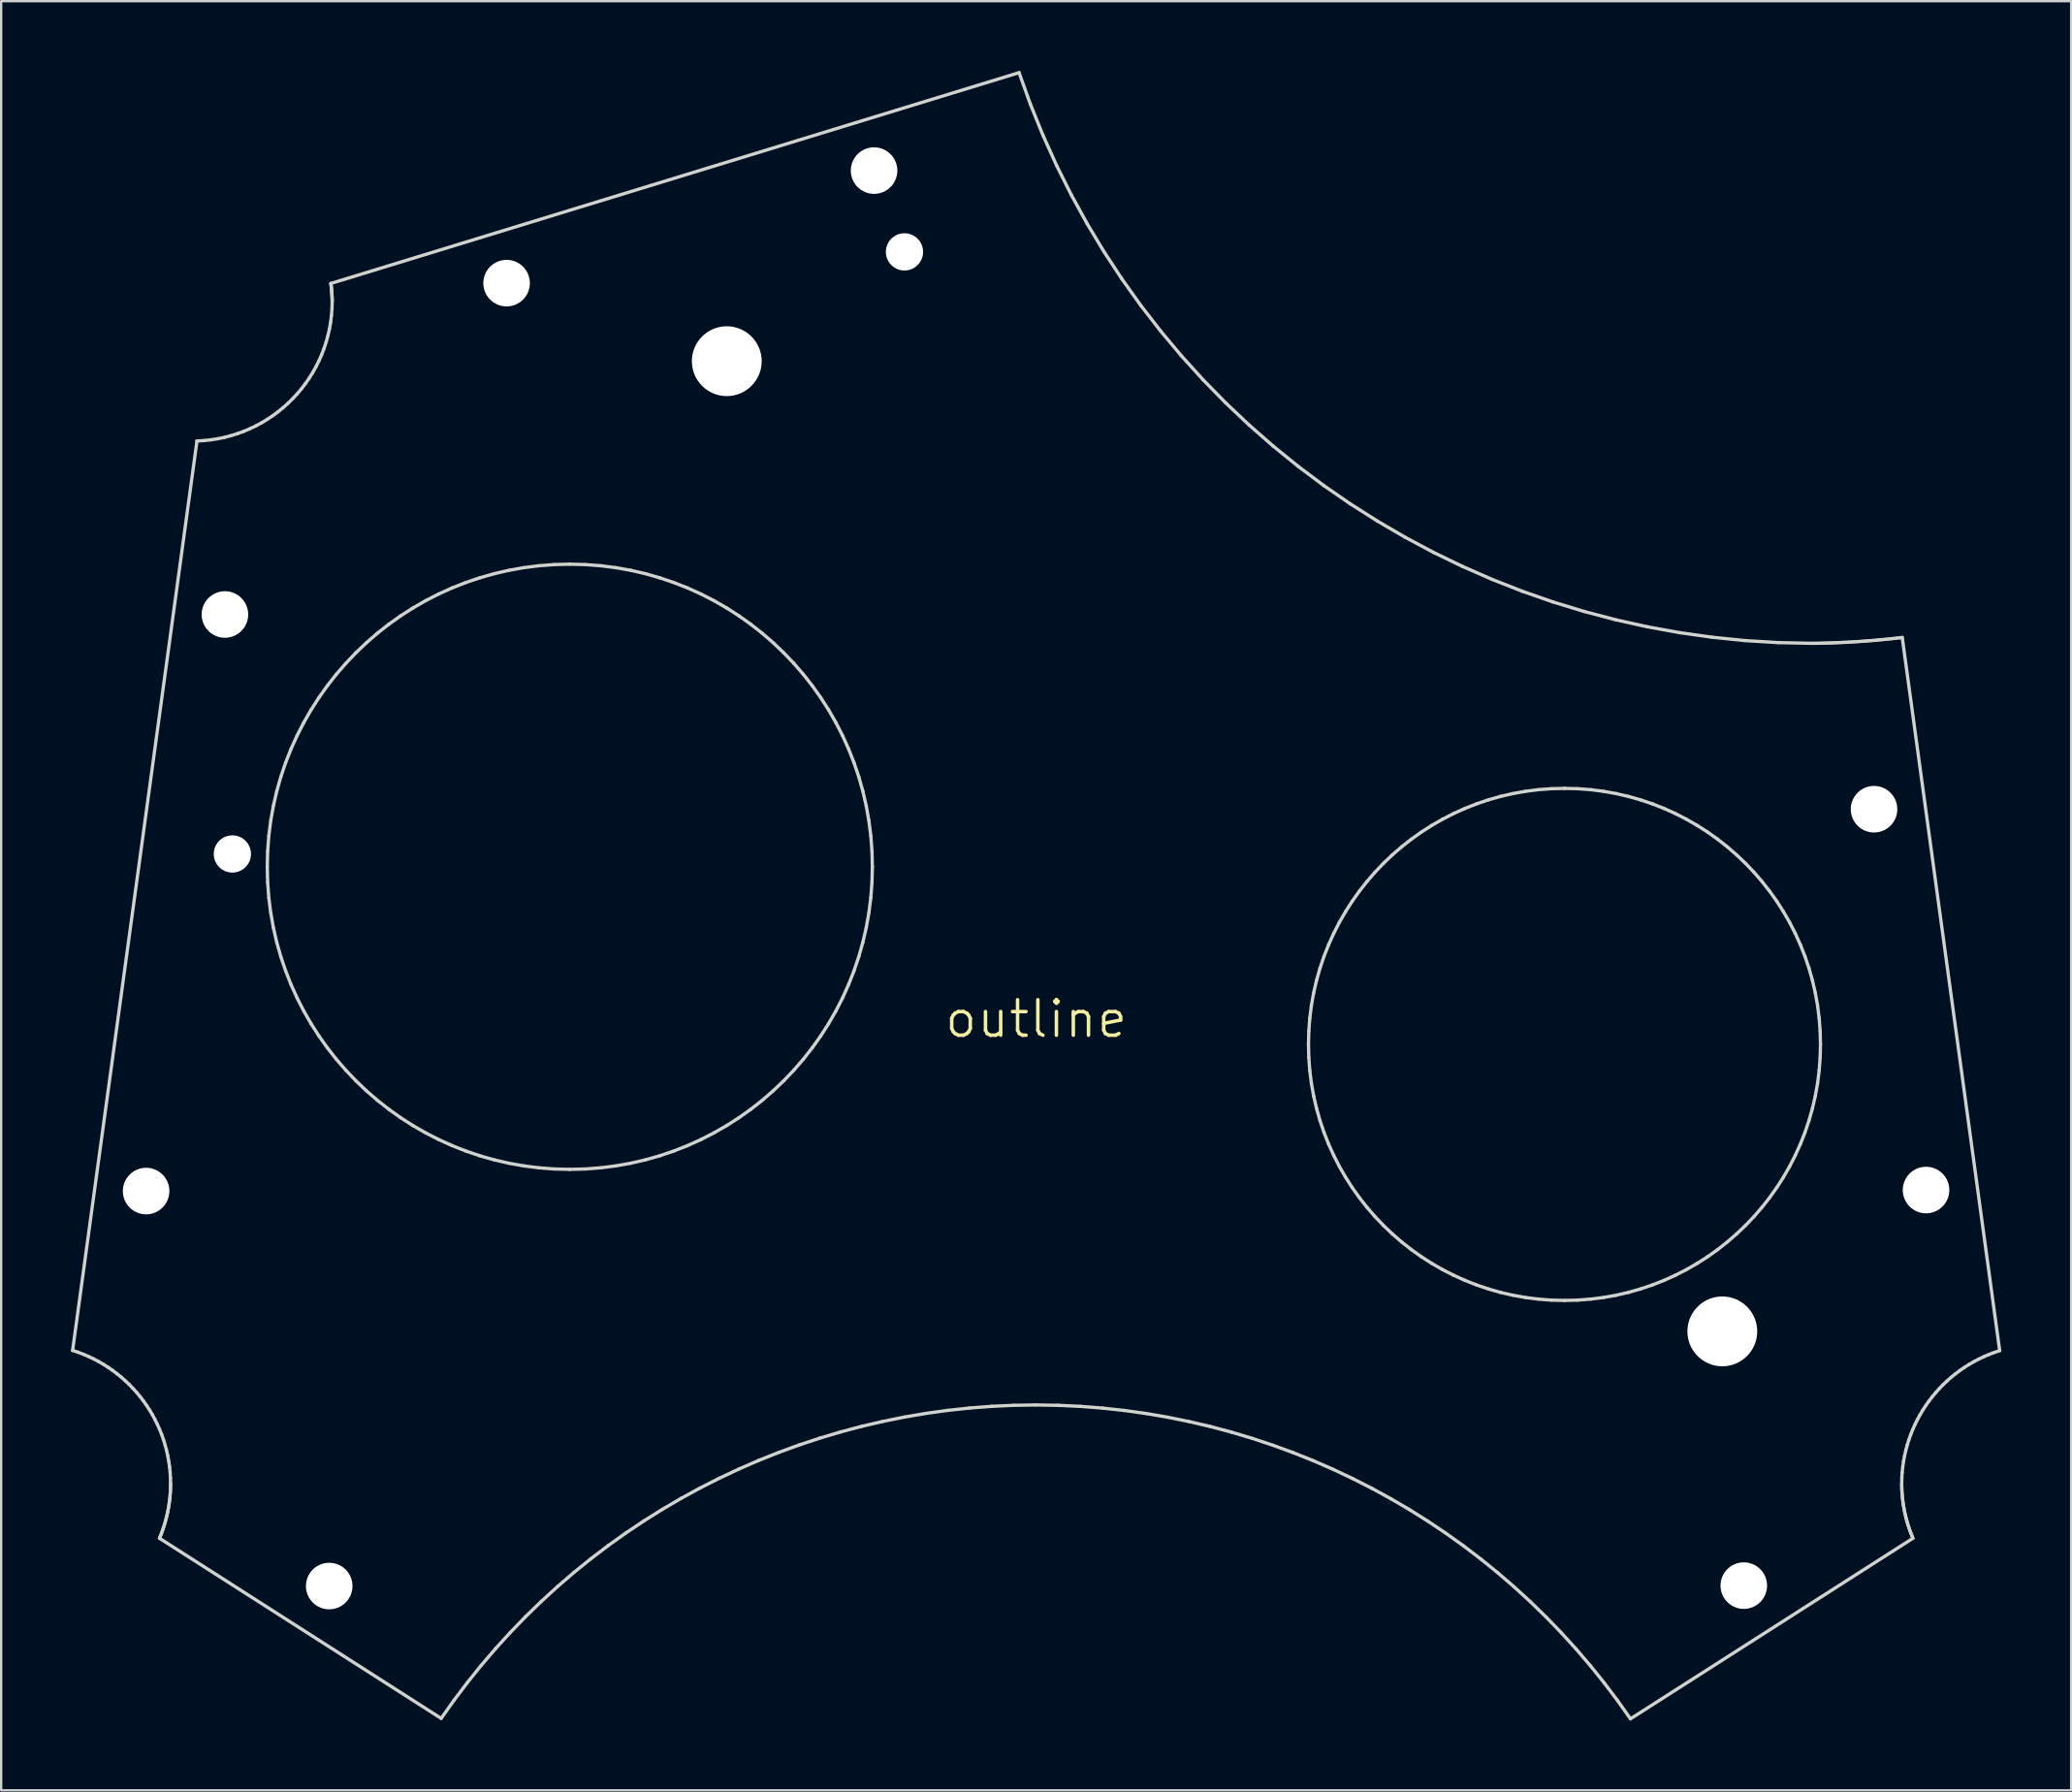
<source format=kicad_pcb>
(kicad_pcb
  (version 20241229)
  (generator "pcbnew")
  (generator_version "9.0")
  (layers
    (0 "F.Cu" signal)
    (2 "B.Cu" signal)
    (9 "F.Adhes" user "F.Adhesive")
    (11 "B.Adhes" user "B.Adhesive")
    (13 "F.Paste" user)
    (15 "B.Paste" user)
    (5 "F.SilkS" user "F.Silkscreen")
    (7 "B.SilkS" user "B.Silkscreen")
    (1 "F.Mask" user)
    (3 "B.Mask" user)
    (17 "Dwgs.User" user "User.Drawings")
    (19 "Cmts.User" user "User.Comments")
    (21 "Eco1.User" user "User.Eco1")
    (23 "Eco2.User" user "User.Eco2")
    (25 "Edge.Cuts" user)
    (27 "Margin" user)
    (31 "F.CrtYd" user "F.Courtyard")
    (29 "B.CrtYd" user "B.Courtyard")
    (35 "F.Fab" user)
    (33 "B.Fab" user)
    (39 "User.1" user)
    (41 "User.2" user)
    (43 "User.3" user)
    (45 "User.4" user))
  (footprint "outline"
    (layer "F.Cu")
    (at 41.47 40.727)
    (property "Reference" "outline" (at 0 0 0) (layer "F.SilkS") (effects (font (size 1.524 1.524) (thickness 0.15))))
    (attr through_hole)
    (fp_line (start -41.4 14.239) (end -41.167 14.317) (stroke (width 0.141) (type solid)) (layer "Edge.Cuts"))
    (fp_line (start -41.167 14.317) (end -40.94 14.404) (stroke (width 0.141) (type solid)) (layer "Edge.Cuts"))
    (fp_line (start -40.94 14.404) (end -40.717 14.499) (stroke (width 0.141) (type solid)) (layer "Edge.Cuts"))
    (fp_line (start -40.717 14.499) (end -40.5 14.603) (stroke (width 0.141) (type solid)) (layer "Edge.Cuts"))
    (fp_line (start -40.5 14.603) (end -40.288 14.714) (stroke (width 0.141) (type solid)) (layer "Edge.Cuts"))
    (fp_line (start -40.288 14.714) (end -40.081 14.834) (stroke (width 0.141) (type solid)) (layer "Edge.Cuts"))
    (fp_line (start -40.081 14.834) (end -39.881 14.961) (stroke (width 0.141) (type solid)) (layer "Edge.Cuts"))
    (fp_line (start -39.881 14.961) (end -39.686 15.095) (stroke (width 0.141) (type solid)) (layer "Edge.Cuts"))
    (fp_line (start -39.686 15.095) (end -39.497 15.237) (stroke (width 0.141) (type solid)) (layer "Edge.Cuts"))
    (fp_line (start -39.497 15.237) (end -39.314 15.386) (stroke (width 0.141) (type solid)) (layer "Edge.Cuts"))
    (fp_line (start -39.314 15.386) (end -39.138 15.541) (stroke (width 0.141) (type solid)) (layer "Edge.Cuts"))
    (fp_line (start -39.138 15.541) (end -38.968 15.703) (stroke (width 0.141) (type solid)) (layer "Edge.Cuts"))
    (fp_line (start -38.968 15.703) (end -38.804 15.872) (stroke (width 0.141) (type solid)) (layer "Edge.Cuts"))
    (fp_line (start -38.804 15.872) (end -38.648 16.046) (stroke (width 0.141) (type solid)) (layer "Edge.Cuts"))
    (fp_line (start -38.648 16.046) (end -38.499 16.226) (stroke (width 0.141) (type solid)) (layer "Edge.Cuts"))
    (fp_line (start -38.499 16.226) (end -38.356 16.412) (stroke (width 0.141) (type solid)) (layer "Edge.Cuts"))
    (fp_line (start -38.356 16.412) (end -38.221 16.603) (stroke (width 0.141) (type solid)) (layer "Edge.Cuts"))
    (fp_line (start -38.221 16.603) (end -38.094 16.799) (stroke (width 0.141) (type solid)) (layer "Edge.Cuts"))
    (fp_line (start -38.094 16.799) (end -37.974 17.001) (stroke (width 0.141) (type solid)) (layer "Edge.Cuts"))
    (fp_line (start -37.974 17.001) (end -37.862 17.207) (stroke (width 0.141) (type solid)) (layer "Edge.Cuts"))
    (fp_line (start -37.862 17.207) (end -37.758 17.417) (stroke (width 0.141) (type solid)) (layer "Edge.Cuts"))
    (fp_line (start -37.758 17.417) (end -37.663 17.632) (stroke (width 0.141) (type solid)) (layer "Edge.Cuts"))
    (fp_line (start -37.668 22.309) (end -25.565 30.048) (stroke (width 0.141) (type solid)) (layer "Edge.Cuts"))
    (fp_line (start -37.663 17.632) (end -37.575 17.851) (stroke (width 0.141) (type solid)) (layer "Edge.Cuts"))
    (fp_line (start -37.639 22.239) (end -37.668 22.309) (stroke (width 0.141) (type solid)) (layer "Edge.Cuts"))
    (fp_line (start -37.611 22.169) (end -37.639 22.239) (stroke (width 0.141) (type solid)) (layer "Edge.Cuts"))
    (fp_line (start -37.583 22.099) (end -37.611 22.169) (stroke (width 0.141) (type solid)) (layer "Edge.Cuts"))
    (fp_line (start -37.575 17.851) (end -37.496 18.073) (stroke (width 0.141) (type solid)) (layer "Edge.Cuts"))
    (fp_line (start -37.557 22.028) (end -37.583 22.099) (stroke (width 0.141) (type solid)) (layer "Edge.Cuts"))
    (fp_line (start -37.532 21.957) (end -37.557 22.028) (stroke (width 0.141) (type solid)) (layer "Edge.Cuts"))
    (fp_line (start -37.507 21.886) (end -37.532 21.957) (stroke (width 0.141) (type solid)) (layer "Edge.Cuts"))
    (fp_line (start -37.496 18.073) (end -37.426 18.3) (stroke (width 0.141) (type solid)) (layer "Edge.Cuts"))
    (fp_line (start -37.483 21.815) (end -37.507 21.886) (stroke (width 0.141) (type solid)) (layer "Edge.Cuts"))
    (fp_line (start -37.461 21.743) (end -37.483 21.815) (stroke (width 0.141) (type solid)) (layer "Edge.Cuts"))
    (fp_line (start -37.439 21.671) (end -37.461 21.743) (stroke (width 0.141) (type solid)) (layer "Edge.Cuts"))
    (fp_line (start -37.426 18.3) (end -37.365 18.529) (stroke (width 0.141) (type solid)) (layer "Edge.Cuts"))
    (fp_line (start -37.418 21.599) (end -37.439 21.671) (stroke (width 0.141) (type solid)) (layer "Edge.Cuts"))
    (fp_line (start -37.398 21.526) (end -37.418 21.599) (stroke (width 0.141) (type solid)) (layer "Edge.Cuts"))
    (fp_line (start -37.379 21.454) (end -37.398 21.526) (stroke (width 0.141) (type solid)) (layer "Edge.Cuts"))
    (fp_line (start -37.365 18.529) (end -37.312 18.762) (stroke (width 0.141) (type solid)) (layer "Edge.Cuts"))
    (fp_line (start -37.36 21.381) (end -37.379 21.454) (stroke (width 0.141) (type solid)) (layer "Edge.Cuts"))
    (fp_line (start -37.343 21.308) (end -37.36 21.381) (stroke (width 0.141) (type solid)) (layer "Edge.Cuts"))
    (fp_line (start -37.327 21.234) (end -37.343 21.308) (stroke (width 0.141) (type solid)) (layer "Edge.Cuts"))
    (fp_line (start -37.312 18.762) (end -37.269 18.998) (stroke (width 0.141) (type solid)) (layer "Edge.Cuts"))
    (fp_line (start -37.311 21.161) (end -37.327 21.234) (stroke (width 0.141) (type solid)) (layer "Edge.Cuts"))
    (fp_line (start -37.297 21.087) (end -37.311 21.161) (stroke (width 0.141) (type solid)) (layer "Edge.Cuts"))
    (fp_line (start -37.283 21.013) (end -37.297 21.087) (stroke (width 0.141) (type solid)) (layer "Edge.Cuts"))
    (fp_line (start -37.27 20.939) (end -37.283 21.013) (stroke (width 0.141) (type solid)) (layer "Edge.Cuts"))
    (fp_line (start -37.269 18.998) (end -37.235 19.236) (stroke (width 0.141) (type solid)) (layer "Edge.Cuts"))
    (fp_line (start -37.259 20.865) (end -37.27 20.939) (stroke (width 0.141) (type solid)) (layer "Edge.Cuts"))
    (fp_line (start -37.248 20.79) (end -37.259 20.865) (stroke (width 0.141) (type solid)) (layer "Edge.Cuts"))
    (fp_line (start -37.238 20.716) (end -37.248 20.79) (stroke (width 0.141) (type solid)) (layer "Edge.Cuts"))
    (fp_line (start -37.235 19.236) (end -37.21 19.477) (stroke (width 0.141) (type solid)) (layer "Edge.Cuts"))
    (fp_line (start -37.229 20.641) (end -37.238 20.716) (stroke (width 0.141) (type solid)) (layer "Edge.Cuts"))
    (fp_line (start -37.221 20.566) (end -37.229 20.641) (stroke (width 0.141) (type solid)) (layer "Edge.Cuts"))
    (fp_line (start -37.214 20.492) (end -37.221 20.566) (stroke (width 0.141) (type solid)) (layer "Edge.Cuts"))
    (fp_line (start -37.21 19.477) (end -37.196 19.72) (stroke (width 0.141) (type solid)) (layer "Edge.Cuts"))
    (fp_line (start -37.208 20.417) (end -37.214 20.492) (stroke (width 0.141) (type solid)) (layer "Edge.Cuts"))
    (fp_line (start -37.202 20.341) (end -37.208 20.417) (stroke (width 0.141) (type solid)) (layer "Edge.Cuts"))
    (fp_line (start -37.198 20.266) (end -37.202 20.341) (stroke (width 0.141) (type solid)) (layer "Edge.Cuts"))
    (fp_line (start -37.196 19.72) (end -37.19 19.965) (stroke (width 0.141) (type solid)) (layer "Edge.Cuts"))
    (fp_line (start -37.195 20.191) (end -37.198 20.266) (stroke (width 0.141) (type solid)) (layer "Edge.Cuts"))
    (fp_line (start -37.192 20.116) (end -37.195 20.191) (stroke (width 0.141) (type solid)) (layer "Edge.Cuts"))
    (fp_line (start -37.191 20.04) (end -37.192 20.116) (stroke (width 0.141) (type solid)) (layer "Edge.Cuts"))
    (fp_line (start -37.19 19.965) (end -37.191 20.04) (stroke (width 0.141) (type solid)) (layer "Edge.Cuts"))
    (fp_line (start -36.057 -24.832) (end -41.4 14.239) (stroke (width 0.141) (type solid)) (layer "Edge.Cuts"))
    (fp_line (start -35.756 -24.849) (end -36.057 -24.832) (stroke (width 0.141) (type solid)) (layer "Edge.Cuts"))
    (fp_line (start -35.459 -24.881) (end -35.756 -24.849) (stroke (width 0.141) (type solid)) (layer "Edge.Cuts"))
    (fp_line (start -35.166 -24.927) (end -35.459 -24.881) (stroke (width 0.141) (type solid)) (layer "Edge.Cuts"))
    (fp_line (start -34.878 -24.986) (end -35.166 -24.927) (stroke (width 0.141) (type solid)) (layer "Edge.Cuts"))
    (fp_line (start -34.596 -25.06) (end -34.878 -24.986) (stroke (width 0.141) (type solid)) (layer "Edge.Cuts"))
    (fp_line (start -34.319 -25.146) (end -34.596 -25.06) (stroke (width 0.141) (type solid)) (layer "Edge.Cuts"))
    (fp_line (start -34.049 -25.245) (end -34.319 -25.146) (stroke (width 0.141) (type solid)) (layer "Edge.Cuts"))
    (fp_line (start -33.784 -25.357) (end -34.049 -25.245) (stroke (width 0.141) (type solid)) (layer "Edge.Cuts"))
    (fp_line (start -33.527 -25.48) (end -33.784 -25.357) (stroke (width 0.141) (type solid)) (layer "Edge.Cuts"))
    (fp_line (start -33.276 -25.616) (end -33.527 -25.48) (stroke (width 0.141) (type solid)) (layer "Edge.Cuts"))
    (fp_line (start -33.037 -6.539) (end -33.02 -7.208) (stroke (width 0.141) (type solid)) (layer "Edge.Cuts"))
    (fp_line (start -33.033 -25.762) (end -33.276 -25.616) (stroke (width 0.141) (type solid)) (layer "Edge.Cuts"))
    (fp_line (start -33.02 -7.208) (end -32.97 -7.868) (stroke (width 0.141) (type solid)) (layer "Edge.Cuts"))
    (fp_line (start -33.02 -5.87) (end -33.037 -6.539) (stroke (width 0.141) (type solid)) (layer "Edge.Cuts"))
    (fp_line (start -32.97 -7.868) (end -32.888 -8.518) (stroke (width 0.141) (type solid)) (layer "Edge.Cuts"))
    (fp_line (start -32.97 -5.209) (end -33.02 -5.87) (stroke (width 0.141) (type solid)) (layer "Edge.Cuts"))
    (fp_line (start -32.888 -8.518) (end -32.773 -9.159) (stroke (width 0.141) (type solid)) (layer "Edge.Cuts"))
    (fp_line (start -32.887 -4.559) (end -32.97 -5.209) (stroke (width 0.141) (type solid)) (layer "Edge.Cuts"))
    (fp_line (start -32.797 -25.92) (end -33.033 -25.762) (stroke (width 0.141) (type solid)) (layer "Edge.Cuts"))
    (fp_line (start -32.773 -9.159) (end -32.628 -9.788) (stroke (width 0.141) (type solid)) (layer "Edge.Cuts"))
    (fp_line (start -32.773 -3.919) (end -32.887 -4.559) (stroke (width 0.141) (type solid)) (layer "Edge.Cuts"))
    (fp_line (start -32.628 -9.788) (end -32.453 -10.404) (stroke (width 0.141) (type solid)) (layer "Edge.Cuts"))
    (fp_line (start -32.628 -3.29) (end -32.773 -3.919) (stroke (width 0.141) (type solid)) (layer "Edge.Cuts"))
    (fp_line (start -32.57 -26.088) (end -32.797 -25.92) (stroke (width 0.141) (type solid)) (layer "Edge.Cuts"))
    (fp_line (start -32.453 -10.404) (end -32.249 -11.008) (stroke (width 0.141) (type solid)) (layer "Edge.Cuts"))
    (fp_line (start -32.453 -2.673) (end -32.628 -3.29) (stroke (width 0.141) (type solid)) (layer "Edge.Cuts"))
    (fp_line (start -32.351 -26.267) (end -32.57 -26.088) (stroke (width 0.141) (type solid)) (layer "Edge.Cuts"))
    (fp_line (start -32.249 -11.008) (end -32.016 -11.599) (stroke (width 0.141) (type solid)) (layer "Edge.Cuts"))
    (fp_line (start -32.248 -2.069) (end -32.453 -2.673) (stroke (width 0.141) (type solid)) (layer "Edge.Cuts"))
    (fp_line (start -32.141 -26.455) (end -32.351 -26.267) (stroke (width 0.141) (type solid)) (layer "Edge.Cuts"))
    (fp_line (start -32.016 -11.599) (end -31.755 -12.175) (stroke (width 0.141) (type solid)) (layer "Edge.Cuts"))
    (fp_line (start -32.016 -1.479) (end -32.248 -2.069) (stroke (width 0.141) (type solid)) (layer "Edge.Cuts"))
    (fp_line (start -31.94 -26.653) (end -32.141 -26.455) (stroke (width 0.141) (type solid)) (layer "Edge.Cuts"))
    (fp_line (start -31.755 -12.175) (end -31.468 -12.735) (stroke (width 0.141) (type solid)) (layer "Edge.Cuts"))
    (fp_line (start -31.755 -0.903) (end -32.016 -1.479) (stroke (width 0.141) (type solid)) (layer "Edge.Cuts"))
    (fp_line (start -31.748 -26.86) (end -31.94 -26.653) (stroke (width 0.141) (type solid)) (layer "Edge.Cuts"))
    (fp_line (start -31.566 -27.076) (end -31.748 -26.86) (stroke (width 0.141) (type solid)) (layer "Edge.Cuts"))
    (fp_line (start -31.468 -12.735) (end -31.155 -13.28) (stroke (width 0.141) (type solid)) (layer "Edge.Cuts"))
    (fp_line (start -31.468 -0.342) (end -31.755 -0.903) (stroke (width 0.141) (type solid)) (layer "Edge.Cuts"))
    (fp_line (start -31.394 -27.301) (end -31.566 -27.076) (stroke (width 0.141) (type solid)) (layer "Edge.Cuts"))
    (fp_line (start -31.233 -27.533) (end -31.394 -27.301) (stroke (width 0.141) (type solid)) (layer "Edge.Cuts"))
    (fp_line (start -31.155 -13.28) (end -30.817 -13.807) (stroke (width 0.141) (type solid)) (layer "Edge.Cuts"))
    (fp_line (start -31.155 0.202) (end -31.468 -0.342) (stroke (width 0.141) (type solid)) (layer "Edge.Cuts"))
    (fp_line (start -31.083 -27.774) (end -31.233 -27.533) (stroke (width 0.141) (type solid)) (layer "Edge.Cuts"))
    (fp_line (start -30.944 -28.021) (end -31.083 -27.774) (stroke (width 0.141) (type solid)) (layer "Edge.Cuts"))
    (fp_line (start -30.817 -13.807) (end -30.455 -14.317) (stroke (width 0.141) (type solid)) (layer "Edge.Cuts"))
    (fp_line (start -30.817 0.73) (end -31.155 0.202) (stroke (width 0.141) (type solid)) (layer "Edge.Cuts"))
    (fp_line (start -30.817 -28.276) (end -30.944 -28.021) (stroke (width 0.141) (type solid)) (layer "Edge.Cuts"))
    (fp_line (start -30.701 -28.537) (end -30.817 -28.276) (stroke (width 0.141) (type solid)) (layer "Edge.Cuts"))
    (fp_line (start -30.598 -28.805) (end -30.701 -28.537) (stroke (width 0.141) (type solid)) (layer "Edge.Cuts"))
    (fp_line (start -30.507 -29.079) (end -30.598 -28.805) (stroke (width 0.141) (type solid)) (layer "Edge.Cuts"))
    (fp_line (start -30.455 -14.317) (end -30.069 -14.808) (stroke (width 0.141) (type solid)) (layer "Edge.Cuts"))
    (fp_line (start -30.455 1.239) (end -30.817 0.73) (stroke (width 0.141) (type solid)) (layer "Edge.Cuts"))
    (fp_line (start -30.43 -29.358) (end -30.507 -29.079) (stroke (width 0.141) (type solid)) (layer "Edge.Cuts"))
    (fp_line (start -30.365 -29.642) (end -30.43 -29.358) (stroke (width 0.141) (type solid)) (layer "Edge.Cuts"))
    (fp_line (start -30.314 -29.932) (end -30.365 -29.642) (stroke (width 0.141) (type solid)) (layer "Edge.Cuts"))
    (fp_line (start -30.305 -31.6) (end -30.3 -31.562) (stroke (width 0.141) (type solid)) (layer "Edge.Cuts"))
    (fp_line (start -30.3 -31.562) (end -30.295 -31.523) (stroke (width 0.141) (type solid)) (layer "Edge.Cuts"))
    (fp_line (start -30.295 -31.523) (end -30.29 -31.484) (stroke (width 0.141) (type solid)) (layer "Edge.Cuts"))
    (fp_line (start -30.29 -31.484) (end -30.286 -31.446) (stroke (width 0.141) (type solid)) (layer "Edge.Cuts"))
    (fp_line (start -30.286 -31.446) (end -30.281 -31.407) (stroke (width 0.141) (type solid)) (layer "Edge.Cuts"))
    (fp_line (start -30.281 -31.407) (end -30.277 -31.369) (stroke (width 0.141) (type solid)) (layer "Edge.Cuts"))
    (fp_line (start -30.278 -30.226) (end -30.314 -29.932) (stroke (width 0.141) (type solid)) (layer "Edge.Cuts"))
    (fp_line (start -30.277 -31.369) (end -30.274 -31.33) (stroke (width 0.141) (type solid)) (layer "Edge.Cuts"))
    (fp_line (start -30.274 -31.33) (end -30.27 -31.291) (stroke (width 0.141) (type solid)) (layer "Edge.Cuts"))
    (fp_line (start -30.27 -31.291) (end -30.267 -31.252) (stroke (width 0.141) (type solid)) (layer "Edge.Cuts"))
    (fp_line (start -30.267 -31.252) (end -30.264 -31.214) (stroke (width 0.141) (type solid)) (layer "Edge.Cuts"))
    (fp_line (start -30.264 -31.214) (end -30.261 -31.175) (stroke (width 0.141) (type solid)) (layer "Edge.Cuts"))
    (fp_line (start -30.261 -31.175) (end -30.259 -31.136) (stroke (width 0.141) (type solid)) (layer "Edge.Cuts"))
    (fp_line (start -30.259 -31.136) (end -30.256 -31.097) (stroke (width 0.141) (type solid)) (layer "Edge.Cuts"))
    (fp_line (start -30.256 -31.097) (end -30.254 -31.059) (stroke (width 0.141) (type solid)) (layer "Edge.Cuts"))
    (fp_line (start -30.255 -30.524) (end -30.278 -30.226) (stroke (width 0.141) (type solid)) (layer "Edge.Cuts"))
    (fp_line (start -30.254 -31.059) (end -30.253 -31.02) (stroke (width 0.141) (type solid)) (layer "Edge.Cuts"))
    (fp_line (start -30.253 -31.02) (end -30.251 -30.981) (stroke (width 0.141) (type solid)) (layer "Edge.Cuts"))
    (fp_line (start -30.251 -30.981) (end -30.25 -30.942) (stroke (width 0.141) (type solid)) (layer "Edge.Cuts"))
    (fp_line (start -30.25 -30.942) (end -30.249 -30.903) (stroke (width 0.141) (type solid)) (layer "Edge.Cuts"))
    (fp_line (start -30.249 -30.903) (end -30.248 -30.864) (stroke (width 0.141) (type solid)) (layer "Edge.Cuts"))
    (fp_line (start -30.248 -30.864) (end -30.248 -30.826) (stroke (width 0.141) (type solid)) (layer "Edge.Cuts"))
    (fp_line (start -30.248 -30.826) (end -30.255 -30.524) (stroke (width 0.141) (type solid)) (layer "Edge.Cuts"))
    (fp_line (start -30.069 -14.808) (end -29.66 -15.28) (stroke (width 0.141) (type solid)) (layer "Edge.Cuts"))
    (fp_line (start -30.069 1.73) (end -30.455 1.239) (stroke (width 0.141) (type solid)) (layer "Edge.Cuts"))
    (fp_line (start -29.66 -15.28) (end -29.23 -15.731) (stroke (width 0.141) (type solid)) (layer "Edge.Cuts"))
    (fp_line (start -29.66 2.202) (end -30.069 1.73) (stroke (width 0.141) (type solid)) (layer "Edge.Cuts"))
    (fp_line (start -29.23 -15.731) (end -28.778 -16.162) (stroke (width 0.141) (type solid)) (layer "Edge.Cuts"))
    (fp_line (start -29.23 2.653) (end -29.66 2.202) (stroke (width 0.141) (type solid)) (layer "Edge.Cuts"))
    (fp_line (start -28.778 -16.162) (end -28.307 -16.57) (stroke (width 0.141) (type solid)) (layer "Edge.Cuts"))
    (fp_line (start -28.778 3.084) (end -29.23 2.653) (stroke (width 0.141) (type solid)) (layer "Edge.Cuts"))
    (fp_line (start -28.307 -16.57) (end -27.816 -16.956) (stroke (width 0.141) (type solid)) (layer "Edge.Cuts"))
    (fp_line (start -28.306 3.493) (end -28.778 3.084) (stroke (width 0.141) (type solid)) (layer "Edge.Cuts"))
    (fp_line (start -27.816 -16.956) (end -27.306 -17.319) (stroke (width 0.141) (type solid)) (layer "Edge.Cuts"))
    (fp_line (start -27.815 3.878) (end -28.306 3.493) (stroke (width 0.141) (type solid)) (layer "Edge.Cuts"))
    (fp_line (start -27.306 -17.319) (end -26.778 -17.657) (stroke (width 0.141) (type solid)) (layer "Edge.Cuts"))
    (fp_line (start -27.306 4.241) (end -27.815 3.878) (stroke (width 0.141) (type solid)) (layer "Edge.Cuts"))
    (fp_line (start -26.778 -17.657) (end -26.234 -17.97) (stroke (width 0.141) (type solid)) (layer "Edge.Cuts"))
    (fp_line (start -26.778 4.579) (end -27.306 4.241) (stroke (width 0.141) (type solid)) (layer "Edge.Cuts"))
    (fp_line (start -26.234 -17.97) (end -25.674 -18.257) (stroke (width 0.141) (type solid)) (layer "Edge.Cuts"))
    (fp_line (start -26.234 4.892) (end -26.778 4.579) (stroke (width 0.141) (type solid)) (layer "Edge.Cuts"))
    (fp_line (start -25.674 -18.257) (end -25.098 -18.517) (stroke (width 0.141) (type solid)) (layer "Edge.Cuts"))
    (fp_line (start -25.673 5.179) (end -26.234 4.892) (stroke (width 0.141) (type solid)) (layer "Edge.Cuts"))
    (fp_line (start -25.565 30.048) (end -25.012 29.268) (stroke (width 0.141) (type solid)) (layer "Edge.Cuts"))
    (fp_line (start -25.098 -18.517) (end -24.507 -18.75) (stroke (width 0.141) (type solid)) (layer "Edge.Cuts"))
    (fp_line (start -25.098 5.439) (end -25.673 5.179) (stroke (width 0.141) (type solid)) (layer "Edge.Cuts"))
    (fp_line (start -25.012 29.268) (end -24.438 28.508) (stroke (width 0.141) (type solid)) (layer "Edge.Cuts"))
    (fp_line (start -24.507 -18.75) (end -23.903 -18.954) (stroke (width 0.141) (type solid)) (layer "Edge.Cuts"))
    (fp_line (start -24.507 5.672) (end -25.098 5.439) (stroke (width 0.141) (type solid)) (layer "Edge.Cuts"))
    (fp_line (start -24.438 28.508) (end -23.843 27.769) (stroke (width 0.141) (type solid)) (layer "Edge.Cuts"))
    (fp_line (start -23.903 -18.954) (end -23.286 -19.13) (stroke (width 0.141) (type solid)) (layer "Edge.Cuts"))
    (fp_line (start -23.903 5.877) (end -24.507 5.672) (stroke (width 0.141) (type solid)) (layer "Edge.Cuts"))
    (fp_line (start -23.843 27.769) (end -23.227 27.05) (stroke (width 0.141) (type solid)) (layer "Edge.Cuts"))
    (fp_line (start -23.286 -19.13) (end -22.657 -19.275) (stroke (width 0.141) (type solid)) (layer "Edge.Cuts"))
    (fp_line (start -23.286 6.052) (end -23.903 5.877) (stroke (width 0.141) (type solid)) (layer "Edge.Cuts"))
    (fp_line (start -23.227 27.05) (end -22.591 26.352) (stroke (width 0.141) (type solid)) (layer "Edge.Cuts"))
    (fp_line (start -22.657 -19.275) (end -22.017 -19.389) (stroke (width 0.141) (type solid)) (layer "Edge.Cuts"))
    (fp_line (start -22.657 6.197) (end -23.286 6.052) (stroke (width 0.141) (type solid)) (layer "Edge.Cuts"))
    (fp_line (start -22.591 26.352) (end -21.936 25.676) (stroke (width 0.141) (type solid)) (layer "Edge.Cuts"))
    (fp_line (start -22.017 -19.389) (end -21.367 -19.472) (stroke (width 0.141) (type solid)) (layer "Edge.Cuts"))
    (fp_line (start -22.017 6.311) (end -22.657 6.197) (stroke (width 0.141) (type solid)) (layer "Edge.Cuts"))
    (fp_line (start -21.936 25.676) (end -21.262 25.021) (stroke (width 0.141) (type solid)) (layer "Edge.Cuts"))
    (fp_line (start -21.367 -19.472) (end -20.707 -19.522) (stroke (width 0.141) (type solid)) (layer "Edge.Cuts"))
    (fp_line (start -21.367 6.394) (end -22.017 6.311) (stroke (width 0.141) (type solid)) (layer "Edge.Cuts"))
    (fp_line (start -21.262 25.021) (end -20.57 24.389) (stroke (width 0.141) (type solid)) (layer "Edge.Cuts"))
    (fp_line (start -20.707 -19.522) (end -20.038 -19.539) (stroke (width 0.141) (type solid)) (layer "Edge.Cuts"))
    (fp_line (start -20.706 6.444) (end -21.367 6.394) (stroke (width 0.141) (type solid)) (layer "Edge.Cuts"))
    (fp_line (start -20.57 24.389) (end -19.86 23.778) (stroke (width 0.141) (type solid)) (layer "Edge.Cuts"))
    (fp_line (start -20.038 -19.539) (end -19.369 -19.522) (stroke (width 0.141) (type solid)) (layer "Edge.Cuts"))
    (fp_line (start -20.038 6.461) (end -20.706 6.444) (stroke (width 0.141) (type solid)) (layer "Edge.Cuts"))
    (fp_line (start -19.86 23.778) (end -19.134 23.191) (stroke (width 0.141) (type solid)) (layer "Edge.Cuts"))
    (fp_line (start -19.369 6.444) (end -20.038 6.461) (stroke (width 0.141) (type solid)) (layer "Edge.Cuts"))
    (fp_line (start -19.369 -19.522) (end -18.708 -19.472) (stroke (width 0.141) (type solid)) (layer "Edge.Cuts"))
    (fp_line (start -19.134 23.191) (end -18.391 22.626) (stroke (width 0.141) (type solid)) (layer "Edge.Cuts"))
    (fp_line (start -18.708 6.394) (end -19.369 6.444) (stroke (width 0.141) (type solid)) (layer "Edge.Cuts"))
    (fp_line (start -18.708 -19.472) (end -18.058 -19.389) (stroke (width 0.141) (type solid)) (layer "Edge.Cuts"))
    (fp_line (start -18.391 22.626) (end -17.632 22.084) (stroke (width 0.141) (type solid)) (layer "Edge.Cuts"))
    (fp_line (start -18.058 6.311) (end -18.708 6.394) (stroke (width 0.141) (type solid)) (layer "Edge.Cuts"))
    (fp_line (start -18.058 -19.389) (end -17.418 -19.275) (stroke (width 0.141) (type solid)) (layer "Edge.Cuts"))
    (fp_line (start -17.632 22.084) (end -16.857 21.566) (stroke (width 0.141) (type solid)) (layer "Edge.Cuts"))
    (fp_line (start -17.418 6.197) (end -18.058 6.311) (stroke (width 0.141) (type solid)) (layer "Edge.Cuts"))
    (fp_line (start -17.418 -19.275) (end -16.789 -19.13) (stroke (width 0.141) (type solid)) (layer "Edge.Cuts"))
    (fp_line (start -16.857 21.566) (end -16.068 21.071) (stroke (width 0.141) (type solid)) (layer "Edge.Cuts"))
    (fp_line (start -16.789 6.052) (end -17.418 6.197) (stroke (width 0.141) (type solid)) (layer "Edge.Cuts"))
    (fp_line (start -16.789 -19.13) (end -16.172 -18.954) (stroke (width 0.141) (type solid)) (layer "Edge.Cuts"))
    (fp_line (start -16.172 5.877) (end -16.789 6.052) (stroke (width 0.141) (type solid)) (layer "Edge.Cuts"))
    (fp_line (start -16.172 -18.954) (end -15.568 -18.75) (stroke (width 0.141) (type solid)) (layer "Edge.Cuts"))
    (fp_line (start -16.068 21.071) (end -15.265 20.601) (stroke (width 0.141) (type solid)) (layer "Edge.Cuts"))
    (fp_line (start -15.568 5.672) (end -16.172 5.877) (stroke (width 0.141) (type solid)) (layer "Edge.Cuts"))
    (fp_line (start -15.568 -18.75) (end -14.977 -18.517) (stroke (width 0.141) (type solid)) (layer "Edge.Cuts"))
    (fp_line (start -15.265 20.601) (end -14.449 20.155) (stroke (width 0.141) (type solid)) (layer "Edge.Cuts"))
    (fp_line (start -14.977 5.44) (end -15.568 5.672) (stroke (width 0.141) (type solid)) (layer "Edge.Cuts"))
    (fp_line (start -14.977 -18.517) (end -14.401 -18.257) (stroke (width 0.141) (type solid)) (layer "Edge.Cuts"))
    (fp_line (start -14.449 20.155) (end -13.619 19.734) (stroke (width 0.141) (type solid)) (layer "Edge.Cuts"))
    (fp_line (start -14.401 5.179) (end -14.977 5.44) (stroke (width 0.141) (type solid)) (layer "Edge.Cuts"))
    (fp_line (start -14.401 -18.257) (end -13.841 -17.97) (stroke (width 0.141) (type solid)) (layer "Edge.Cuts"))
    (fp_line (start -13.841 4.892) (end -14.401 5.179) (stroke (width 0.141) (type solid)) (layer "Edge.Cuts"))
    (fp_line (start -13.841 -17.97) (end -13.296 -17.657) (stroke (width 0.141) (type solid)) (layer "Edge.Cuts"))
    (fp_line (start -13.619 19.734) (end -12.777 19.337) (stroke (width 0.141) (type solid)) (layer "Edge.Cuts"))
    (fp_line (start -13.297 4.579) (end -13.841 4.892) (stroke (width 0.141) (type solid)) (layer "Edge.Cuts"))
    (fp_line (start -13.296 -17.657) (end -12.769 -17.319) (stroke (width 0.141) (type solid)) (layer "Edge.Cuts"))
    (fp_line (start -12.777 19.337) (end -11.923 18.966) (stroke (width 0.141) (type solid)) (layer "Edge.Cuts"))
    (fp_line (start -12.769 4.241) (end -13.297 4.579) (stroke (width 0.141) (type solid)) (layer "Edge.Cuts"))
    (fp_line (start -12.769 -17.319) (end -12.259 -16.956) (stroke (width 0.141) (type solid)) (layer "Edge.Cuts"))
    (fp_line (start -12.259 3.879) (end -12.769 4.241) (stroke (width 0.141) (type solid)) (layer "Edge.Cuts"))
    (fp_line (start -12.259 -16.956) (end -11.768 -16.57) (stroke (width 0.141) (type solid)) (layer "Edge.Cuts"))
    (fp_line (start -11.923 18.966) (end -11.058 18.621) (stroke (width 0.141) (type solid)) (layer "Edge.Cuts"))
    (fp_line (start -11.768 3.493) (end -12.259 3.879) (stroke (width 0.141) (type solid)) (layer "Edge.Cuts"))
    (fp_line (start -11.768 -16.57) (end -11.296 -16.162) (stroke (width 0.141) (type solid)) (layer "Edge.Cuts"))
    (fp_line (start -11.297 3.084) (end -11.768 3.493) (stroke (width 0.141) (type solid)) (layer "Edge.Cuts"))
    (fp_line (start -11.296 -16.162) (end -10.845 -15.731) (stroke (width 0.141) (type solid)) (layer "Edge.Cuts"))
    (fp_line (start -11.058 18.621) (end -10.182 18.301) (stroke (width 0.141) (type solid)) (layer "Edge.Cuts"))
    (fp_line (start -10.845 2.654) (end -11.297 3.084) (stroke (width 0.141) (type solid)) (layer "Edge.Cuts"))
    (fp_line (start -10.845 -15.731) (end -10.414 -15.28) (stroke (width 0.141) (type solid)) (layer "Edge.Cuts"))
    (fp_line (start -10.415 2.202) (end -10.845 2.654) (stroke (width 0.141) (type solid)) (layer "Edge.Cuts"))
    (fp_line (start -10.414 -15.28) (end -10.006 -14.808) (stroke (width 0.141) (type solid)) (layer "Edge.Cuts"))
    (fp_line (start -10.182 18.301) (end -9.296 18.008) (stroke (width 0.141) (type solid)) (layer "Edge.Cuts"))
    (fp_line (start -10.006 1.731) (end -10.415 2.202) (stroke (width 0.141) (type solid)) (layer "Edge.Cuts"))
    (fp_line (start -10.006 -14.808) (end -9.62 -14.317) (stroke (width 0.141) (type solid)) (layer "Edge.Cuts"))
    (fp_line (start -9.62 1.239) (end -10.006 1.731) (stroke (width 0.141) (type solid)) (layer "Edge.Cuts"))
    (fp_line (start -9.62 -14.317) (end -9.257 -13.807) (stroke (width 0.141) (type solid)) (layer "Edge.Cuts"))
    (fp_line (start -9.296 18.008) (end -8.4 17.741) (stroke (width 0.141) (type solid)) (layer "Edge.Cuts"))
    (fp_line (start -9.258 0.73) (end -9.62 1.239) (stroke (width 0.141) (type solid)) (layer "Edge.Cuts"))
    (fp_line (start -9.257 -13.807) (end -8.919 -13.28) (stroke (width 0.141) (type solid)) (layer "Edge.Cuts"))
    (fp_line (start -8.919 0.202) (end -9.258 0.73) (stroke (width 0.141) (type solid)) (layer "Edge.Cuts"))
    (fp_line (start -8.919 -13.28) (end -8.606 -12.735) (stroke (width 0.141) (type solid)) (layer "Edge.Cuts"))
    (fp_line (start -8.606 -0.342) (end -8.919 0.202) (stroke (width 0.141) (type solid)) (layer "Edge.Cuts"))
    (fp_line (start -8.606 -12.735) (end -8.319 -12.175) (stroke (width 0.141) (type solid)) (layer "Edge.Cuts"))
    (fp_line (start -8.4 17.741) (end -7.495 17.501) (stroke (width 0.141) (type solid)) (layer "Edge.Cuts"))
    (fp_line (start -8.319 -0.903) (end -8.606 -0.342) (stroke (width 0.141) (type solid)) (layer "Edge.Cuts"))
    (fp_line (start -8.319 -12.175) (end -8.059 -11.599) (stroke (width 0.141) (type solid)) (layer "Edge.Cuts"))
    (fp_line (start -8.059 -1.478) (end -8.319 -0.903) (stroke (width 0.141) (type solid)) (layer "Edge.Cuts"))
    (fp_line (start -8.059 -11.599) (end -7.826 -11.009) (stroke (width 0.141) (type solid)) (layer "Edge.Cuts"))
    (fp_line (start -7.826 -2.069) (end -8.059 -1.478) (stroke (width 0.141) (type solid)) (layer "Edge.Cuts"))
    (fp_line (start -7.826 -11.009) (end -7.622 -10.405) (stroke (width 0.141) (type solid)) (layer "Edge.Cuts"))
    (fp_line (start -7.622 -2.673) (end -7.826 -2.069) (stroke (width 0.141) (type solid)) (layer "Edge.Cuts"))
    (fp_line (start -7.622 -10.405) (end -7.447 -9.788) (stroke (width 0.141) (type solid)) (layer "Edge.Cuts"))
    (fp_line (start -7.495 17.501) (end -6.582 17.288) (stroke (width 0.141) (type solid)) (layer "Edge.Cuts"))
    (fp_line (start -7.447 -3.29) (end -7.622 -2.673) (stroke (width 0.141) (type solid)) (layer "Edge.Cuts"))
    (fp_line (start -7.447 -9.788) (end -7.301 -9.159) (stroke (width 0.141) (type solid)) (layer "Edge.Cuts"))
    (fp_line (start -7.301 -3.919) (end -7.447 -3.29) (stroke (width 0.141) (type solid)) (layer "Edge.Cuts"))
    (fp_line (start -7.301 -9.159) (end -7.187 -8.518) (stroke (width 0.141) (type solid)) (layer "Edge.Cuts"))
    (fp_line (start -7.187 -4.559) (end -7.301 -3.919) (stroke (width 0.141) (type solid)) (layer "Edge.Cuts"))
    (fp_line (start -7.187 -8.518) (end -7.104 -7.868) (stroke (width 0.141) (type solid)) (layer "Edge.Cuts"))
    (fp_line (start -7.104 -5.209) (end -7.187 -4.559) (stroke (width 0.141) (type solid)) (layer "Edge.Cuts"))
    (fp_line (start -7.104 -7.868) (end -7.054 -7.208) (stroke (width 0.141) (type solid)) (layer "Edge.Cuts"))
    (fp_line (start -7.054 -5.87) (end -7.104 -5.209) (stroke (width 0.141) (type solid)) (layer "Edge.Cuts"))
    (fp_line (start -7.054 -7.208) (end -7.037 -6.539) (stroke (width 0.141) (type solid)) (layer "Edge.Cuts"))
    (fp_line (start -7.037 -6.539) (end -7.054 -5.87) (stroke (width 0.141) (type solid)) (layer "Edge.Cuts"))
    (fp_line (start -6.582 17.288) (end -5.661 17.103) (stroke (width 0.141) (type solid)) (layer "Edge.Cuts"))
    (fp_line (start -5.661 17.103) (end -4.733 16.945) (stroke (width 0.141) (type solid)) (layer "Edge.Cuts"))
    (fp_line (start -4.733 16.945) (end -3.798 16.815) (stroke (width 0.141) (type solid)) (layer "Edge.Cuts"))
    (fp_line (start -3.798 16.815) (end -2.857 16.714) (stroke (width 0.141) (type solid)) (layer "Edge.Cuts"))
    (fp_line (start -2.857 16.714) (end -1.91 16.641) (stroke (width 0.141) (type solid)) (layer "Edge.Cuts"))
    (fp_line (start -1.91 16.641) (end -0.959 16.597) (stroke (width 0.141) (type solid)) (layer "Edge.Cuts"))
    (fp_line (start -0.959 16.597) (end -0.003 16.582) (stroke (width 0.141) (type solid)) (layer "Edge.Cuts"))
    (fp_line (start -0.734 -40.656) (end -30.305 -31.6) (stroke (width 0.141) (type solid)) (layer "Edge.Cuts"))
    (fp_line (start -0.247 -39.299) (end -0.734 -40.656) (stroke (width 0.141) (type solid)) (layer "Edge.Cuts"))
    (fp_line (start -0.003 16.582) (end 0.953 16.598) (stroke (width 0.141) (type solid)) (layer "Edge.Cuts"))
    (fp_line (start 0.291 -37.97) (end -0.247 -39.299) (stroke (width 0.141) (type solid)) (layer "Edge.Cuts"))
    (fp_line (start 0.877 -36.671) (end 0.291 -37.97) (stroke (width 0.141) (type solid)) (layer "Edge.Cuts"))
    (fp_line (start 0.953 16.598) (end 1.904 16.643) (stroke (width 0.141) (type solid)) (layer "Edge.Cuts"))
    (fp_line (start 1.511 -35.402) (end 0.877 -36.671) (stroke (width 0.141) (type solid)) (layer "Edge.Cuts"))
    (fp_line (start 1.904 16.643) (end 2.85 16.717) (stroke (width 0.141) (type solid)) (layer "Edge.Cuts"))
    (fp_line (start 2.191 -34.166) (end 1.511 -35.402) (stroke (width 0.141) (type solid)) (layer "Edge.Cuts"))
    (fp_line (start 2.85 16.717) (end 3.791 16.819) (stroke (width 0.141) (type solid)) (layer "Edge.Cuts"))
    (fp_line (start 2.916 -32.961) (end 2.191 -34.166) (stroke (width 0.141) (type solid)) (layer "Edge.Cuts"))
    (fp_line (start 3.685 -31.791) (end 2.916 -32.961) (stroke (width 0.141) (type solid)) (layer "Edge.Cuts"))
    (fp_line (start 3.791 16.819) (end 4.725 16.95) (stroke (width 0.141) (type solid)) (layer "Edge.Cuts"))
    (fp_line (start 4.496 -30.655) (end 3.685 -31.791) (stroke (width 0.141) (type solid)) (layer "Edge.Cuts"))
    (fp_line (start 4.725 16.95) (end 5.653 17.109) (stroke (width 0.141) (type solid)) (layer "Edge.Cuts"))
    (fp_line (start 5.349 -29.554) (end 4.496 -30.655) (stroke (width 0.141) (type solid)) (layer "Edge.Cuts"))
    (fp_line (start 5.653 17.109) (end 6.573 17.296) (stroke (width 0.141) (type solid)) (layer "Edge.Cuts"))
    (fp_line (start 6.241 -28.489) (end 5.349 -29.554) (stroke (width 0.141) (type solid)) (layer "Edge.Cuts"))
    (fp_line (start 6.573 17.296) (end 7.486 17.509) (stroke (width 0.141) (type solid)) (layer "Edge.Cuts"))
    (fp_line (start 7.172 -27.462) (end 6.241 -28.489) (stroke (width 0.141) (type solid)) (layer "Edge.Cuts"))
    (fp_line (start 7.486 17.509) (end 8.39 17.75) (stroke (width 0.141) (type solid)) (layer "Edge.Cuts"))
    (fp_line (start 8.14 -26.473) (end 7.172 -27.462) (stroke (width 0.141) (type solid)) (layer "Edge.Cuts"))
    (fp_line (start 8.39 17.75) (end 9.285 18.018) (stroke (width 0.141) (type solid)) (layer "Edge.Cuts"))
    (fp_line (start 9.144 -25.523) (end 8.14 -26.473) (stroke (width 0.141) (type solid)) (layer "Edge.Cuts"))
    (fp_line (start 9.285 18.018) (end 10.17 18.312) (stroke (width 0.141) (type solid)) (layer "Edge.Cuts"))
    (fp_line (start 10.17 18.312) (end 11.045 18.632) (stroke (width 0.141) (type solid)) (layer "Edge.Cuts"))
    (fp_line (start 10.183 -24.613) (end 9.144 -25.523) (stroke (width 0.141) (type solid)) (layer "Edge.Cuts"))
    (fp_line (start 11.045 18.632) (end 11.91 18.978) (stroke (width 0.141) (type solid)) (layer "Edge.Cuts"))
    (fp_line (start 11.255 -23.744) (end 10.183 -24.613) (stroke (width 0.141) (type solid)) (layer "Edge.Cuts"))
    (fp_line (start 11.701 1.092) (end 11.715 0.526) (stroke (width 0.141) (type solid)) (layer "Edge.Cuts"))
    (fp_line (start 11.715 0.526) (end 11.757 -0.032) (stroke (width 0.141) (type solid)) (layer "Edge.Cuts"))
    (fp_line (start 11.715 1.658) (end 11.701 1.092) (stroke (width 0.141) (type solid)) (layer "Edge.Cuts"))
    (fp_line (start 11.757 2.217) (end 11.715 1.658) (stroke (width 0.141) (type solid)) (layer "Edge.Cuts"))
    (fp_line (start 11.757 -0.032) (end 11.827 -0.583) (stroke (width 0.141) (type solid)) (layer "Edge.Cuts"))
    (fp_line (start 11.827 2.768) (end 11.757 2.217) (stroke (width 0.141) (type solid)) (layer "Edge.Cuts"))
    (fp_line (start 11.827 -0.583) (end 11.924 -1.124) (stroke (width 0.141) (type solid)) (layer "Edge.Cuts"))
    (fp_line (start 11.91 18.978) (end 12.763 19.35) (stroke (width 0.141) (type solid)) (layer "Edge.Cuts"))
    (fp_line (start 11.924 -1.124) (end 12.047 -1.657) (stroke (width 0.141) (type solid)) (layer "Edge.Cuts"))
    (fp_line (start 11.924 3.309) (end 11.827 2.768) (stroke (width 0.141) (type solid)) (layer "Edge.Cuts"))
    (fp_line (start 12.047 3.841) (end 11.924 3.309) (stroke (width 0.141) (type solid)) (layer "Edge.Cuts"))
    (fp_line (start 12.047 -1.657) (end 12.195 -2.179) (stroke (width 0.141) (type solid)) (layer "Edge.Cuts"))
    (fp_line (start 12.195 4.363) (end 12.047 3.841) (stroke (width 0.141) (type solid)) (layer "Edge.Cuts"))
    (fp_line (start 12.195 -2.179) (end 12.368 -2.69) (stroke (width 0.141) (type solid)) (layer "Edge.Cuts"))
    (fp_line (start 12.359 -22.917) (end 11.255 -23.744) (stroke (width 0.141) (type solid)) (layer "Edge.Cuts"))
    (fp_line (start 12.368 4.875) (end 12.195 4.363) (stroke (width 0.141) (type solid)) (layer "Edge.Cuts"))
    (fp_line (start 12.368 -2.69) (end 12.565 -3.189) (stroke (width 0.141) (type solid)) (layer "Edge.Cuts"))
    (fp_line (start 12.565 5.374) (end 12.368 4.875) (stroke (width 0.141) (type solid)) (layer "Edge.Cuts"))
    (fp_line (start 12.565 -3.189) (end 12.785 -3.676) (stroke (width 0.141) (type solid)) (layer "Edge.Cuts"))
    (fp_line (start 12.763 19.35) (end 13.604 19.747) (stroke (width 0.141) (type solid)) (layer "Edge.Cuts"))
    (fp_line (start 12.785 5.861) (end 12.565 5.374) (stroke (width 0.141) (type solid)) (layer "Edge.Cuts"))
    (fp_line (start 12.785 -3.676) (end 13.028 -4.151) (stroke (width 0.141) (type solid)) (layer "Edge.Cuts"))
    (fp_line (start 13.028 6.336) (end 12.785 5.861) (stroke (width 0.141) (type solid)) (layer "Edge.Cuts"))
    (fp_line (start 13.028 -4.151) (end 13.293 -4.611) (stroke (width 0.141) (type solid)) (layer "Edge.Cuts"))
    (fp_line (start 13.293 6.796) (end 13.028 6.336) (stroke (width 0.141) (type solid)) (layer "Edge.Cuts"))
    (fp_line (start 13.293 -4.611) (end 13.579 -5.058) (stroke (width 0.141) (type solid)) (layer "Edge.Cuts"))
    (fp_line (start 13.494 -22.133) (end 12.359 -22.917) (stroke (width 0.141) (type solid)) (layer "Edge.Cuts"))
    (fp_line (start 13.579 7.243) (end 13.293 6.796) (stroke (width 0.141) (type solid)) (layer "Edge.Cuts"))
    (fp_line (start 13.579 -5.058) (end 13.886 -5.489) (stroke (width 0.141) (type solid)) (layer "Edge.Cuts"))
    (fp_line (start 13.604 19.747) (end 14.433 20.169) (stroke (width 0.141) (type solid)) (layer "Edge.Cuts"))
    (fp_line (start 13.886 7.674) (end 13.579 7.243) (stroke (width 0.141) (type solid)) (layer "Edge.Cuts"))
    (fp_line (start 13.886 -5.489) (end 14.212 -5.904) (stroke (width 0.141) (type solid)) (layer "Edge.Cuts"))
    (fp_line (start 14.212 8.089) (end 13.886 7.674) (stroke (width 0.141) (type solid)) (layer "Edge.Cuts"))
    (fp_line (start 14.212 -5.904) (end 14.558 -6.304) (stroke (width 0.141) (type solid)) (layer "Edge.Cuts"))
    (fp_line (start 14.433 20.169) (end 15.249 20.616) (stroke (width 0.141) (type solid)) (layer "Edge.Cuts"))
    (fp_line (start 14.558 8.488) (end 14.212 8.089) (stroke (width 0.141) (type solid)) (layer "Edge.Cuts"))
    (fp_line (start 14.558 -6.304) (end 14.922 -6.686) (stroke (width 0.141) (type solid)) (layer "Edge.Cuts"))
    (fp_line (start 14.659 -21.393) (end 13.494 -22.133) (stroke (width 0.141) (type solid)) (layer "Edge.Cuts"))
    (fp_line (start 14.922 8.87) (end 14.558 8.488) (stroke (width 0.141) (type solid)) (layer "Edge.Cuts"))
    (fp_line (start 14.922 -6.686) (end 15.304 -7.05) (stroke (width 0.141) (type solid)) (layer "Edge.Cuts"))
    (fp_line (start 15.249 20.616) (end 16.051 21.086) (stroke (width 0.141) (type solid)) (layer "Edge.Cuts"))
    (fp_line (start 15.304 9.235) (end 14.922 8.87) (stroke (width 0.141) (type solid)) (layer "Edge.Cuts"))
    (fp_line (start 15.304 -7.05) (end 15.704 -7.396) (stroke (width 0.141) (type solid)) (layer "Edge.Cuts"))
    (fp_line (start 15.704 9.58) (end 15.304 9.235) (stroke (width 0.141) (type solid)) (layer "Edge.Cuts"))
    (fp_line (start 15.704 -7.396) (end 16.119 -7.722) (stroke (width 0.141) (type solid)) (layer "Edge.Cuts"))
    (fp_line (start 15.852 -20.697) (end 14.659 -21.393) (stroke (width 0.141) (type solid)) (layer "Edge.Cuts"))
    (fp_line (start 16.051 21.086) (end 16.839 21.581) (stroke (width 0.141) (type solid)) (layer "Edge.Cuts"))
    (fp_line (start 16.119 9.907) (end 15.704 9.58) (stroke (width 0.141) (type solid)) (layer "Edge.Cuts"))
    (fp_line (start 16.119 -7.722) (end 16.55 -8.029) (stroke (width 0.141) (type solid)) (layer "Edge.Cuts"))
    (fp_line (start 16.55 10.214) (end 16.119 9.907) (stroke (width 0.141) (type solid)) (layer "Edge.Cuts"))
    (fp_line (start 16.55 -8.029) (end 16.997 -8.315) (stroke (width 0.141) (type solid)) (layer "Edge.Cuts"))
    (fp_line (start 16.839 21.581) (end 17.613 22.1) (stroke (width 0.141) (type solid)) (layer "Edge.Cuts"))
    (fp_line (start 16.997 10.5) (end 16.55 10.214) (stroke (width 0.141) (type solid)) (layer "Edge.Cuts"))
    (fp_line (start 16.997 -8.315) (end 17.457 -8.58) (stroke (width 0.141) (type solid)) (layer "Edge.Cuts"))
    (fp_line (start 17.071 -20.046) (end 15.852 -20.697) (stroke (width 0.141) (type solid)) (layer "Edge.Cuts"))
    (fp_line (start 17.457 10.765) (end 16.997 10.5) (stroke (width 0.141) (type solid)) (layer "Edge.Cuts"))
    (fp_line (start 17.457 -8.58) (end 17.932 -8.823) (stroke (width 0.141) (type solid)) (layer "Edge.Cuts"))
    (fp_line (start 17.613 22.1) (end 18.371 22.642) (stroke (width 0.141) (type solid)) (layer "Edge.Cuts"))
    (fp_line (start 17.932 -8.823) (end 18.419 -9.043) (stroke (width 0.141) (type solid)) (layer "Edge.Cuts"))
    (fp_line (start 17.932 11.008) (end 17.457 10.765) (stroke (width 0.141) (type solid)) (layer "Edge.Cuts"))
    (fp_line (start 18.317 -19.443) (end 17.071 -20.046) (stroke (width 0.141) (type solid)) (layer "Edge.Cuts"))
    (fp_line (start 18.371 22.642) (end 19.113 23.208) (stroke (width 0.141) (type solid)) (layer "Edge.Cuts"))
    (fp_line (start 18.419 11.228) (end 17.932 11.008) (stroke (width 0.141) (type solid)) (layer "Edge.Cuts"))
    (fp_line (start 18.419 -9.043) (end 18.918 -9.24) (stroke (width 0.141) (type solid)) (layer "Edge.Cuts"))
    (fp_line (start 18.918 -9.24) (end 19.429 -9.413) (stroke (width 0.141) (type solid)) (layer "Edge.Cuts"))
    (fp_line (start 18.918 11.425) (end 18.419 11.228) (stroke (width 0.141) (type solid)) (layer "Edge.Cuts"))
    (fp_line (start 19.113 23.208) (end 19.839 23.796) (stroke (width 0.141) (type solid)) (layer "Edge.Cuts"))
    (fp_line (start 19.429 -9.413) (end 19.951 -9.561) (stroke (width 0.141) (type solid)) (layer "Edge.Cuts"))
    (fp_line (start 19.429 11.598) (end 18.918 11.425) (stroke (width 0.141) (type solid)) (layer "Edge.Cuts"))
    (fp_line (start 19.587 -18.887) (end 18.317 -19.443) (stroke (width 0.141) (type solid)) (layer "Edge.Cuts"))
    (fp_line (start 19.839 23.796) (end 20.547 24.407) (stroke (width 0.141) (type solid)) (layer "Edge.Cuts"))
    (fp_line (start 19.951 11.746) (end 19.429 11.598) (stroke (width 0.141) (type solid)) (layer "Edge.Cuts"))
    (fp_line (start 19.951 -9.561) (end 20.484 -9.684) (stroke (width 0.141) (type solid)) (layer "Edge.Cuts"))
    (fp_line (start 20.484 -9.684) (end 21.025 -9.781) (stroke (width 0.141) (type solid)) (layer "Edge.Cuts"))
    (fp_line (start 20.484 11.869) (end 19.951 11.746) (stroke (width 0.141) (type solid)) (layer "Edge.Cuts"))
    (fp_line (start 20.547 24.407) (end 21.238 25.039) (stroke (width 0.141) (type solid)) (layer "Edge.Cuts"))
    (fp_line (start 20.879 -18.379) (end 19.587 -18.887) (stroke (width 0.141) (type solid)) (layer "Edge.Cuts"))
    (fp_line (start 21.025 -9.781) (end 21.576 -9.851) (stroke (width 0.141) (type solid)) (layer "Edge.Cuts"))
    (fp_line (start 21.025 11.966) (end 20.484 11.869) (stroke (width 0.141) (type solid)) (layer "Edge.Cuts"))
    (fp_line (start 21.238 25.039) (end 21.911 25.694) (stroke (width 0.141) (type solid)) (layer "Edge.Cuts"))
    (fp_line (start 21.576 12.035) (end 21.025 11.966) (stroke (width 0.141) (type solid)) (layer "Edge.Cuts"))
    (fp_line (start 21.576 -9.851) (end 22.134 -9.893) (stroke (width 0.141) (type solid)) (layer "Edge.Cuts"))
    (fp_line (start 21.911 25.694) (end 22.566 26.371) (stroke (width 0.141) (type solid)) (layer "Edge.Cuts"))
    (fp_line (start 22.134 -9.893) (end 22.7 -9.907) (stroke (width 0.141) (type solid)) (layer "Edge.Cuts"))
    (fp_line (start 22.134 12.078) (end 21.576 12.035) (stroke (width 0.141) (type solid)) (layer "Edge.Cuts"))
    (fp_line (start 22.194 -17.92) (end 20.879 -18.379) (stroke (width 0.141) (type solid)) (layer "Edge.Cuts"))
    (fp_line (start 22.566 26.371) (end 23.201 27.069) (stroke (width 0.141) (type solid)) (layer "Edge.Cuts"))
    (fp_line (start 22.7 -9.907) (end 22.7 -9.907) (stroke (width 0.141) (type solid)) (layer "Edge.Cuts"))
    (fp_line (start 22.7 -9.907) (end 23.266 -9.893) (stroke (width 0.141) (type solid)) (layer "Edge.Cuts"))
    (fp_line (start 22.7 12.092) (end 22.134 12.078) (stroke (width 0.141) (type solid)) (layer "Edge.Cuts"))
    (fp_line (start 23.201 27.069) (end 23.816 27.788) (stroke (width 0.141) (type solid)) (layer "Edge.Cuts"))
    (fp_line (start 23.266 -9.893) (end 23.825 -9.851) (stroke (width 0.141) (type solid)) (layer "Edge.Cuts"))
    (fp_line (start 23.266 12.078) (end 22.7 12.092) (stroke (width 0.141) (type solid)) (layer "Edge.Cuts"))
    (fp_line (start 23.529 -17.512) (end 22.194 -17.92) (stroke (width 0.141) (type solid)) (layer "Edge.Cuts"))
    (fp_line (start 23.816 27.788) (end 24.41 28.527) (stroke (width 0.141) (type solid)) (layer "Edge.Cuts"))
    (fp_line (start 23.825 -9.851) (end 24.376 -9.781) (stroke (width 0.141) (type solid)) (layer "Edge.Cuts"))
    (fp_line (start 23.825 12.035) (end 23.266 12.078) (stroke (width 0.141) (type solid)) (layer "Edge.Cuts"))
    (fp_line (start 24.376 -9.781) (end 24.917 -9.684) (stroke (width 0.141) (type solid)) (layer "Edge.Cuts"))
    (fp_line (start 24.376 11.966) (end 23.825 12.035) (stroke (width 0.141) (type solid)) (layer "Edge.Cuts"))
    (fp_line (start 24.41 28.527) (end 24.984 29.287) (stroke (width 0.141) (type solid)) (layer "Edge.Cuts"))
    (fp_line (start 24.883 -17.155) (end 23.529 -17.512) (stroke (width 0.141) (type solid)) (layer "Edge.Cuts"))
    (fp_line (start 24.917 -9.684) (end 25.449 -9.561) (stroke (width 0.141) (type solid)) (layer "Edge.Cuts"))
    (fp_line (start 24.917 11.869) (end 24.376 11.966) (stroke (width 0.141) (type solid)) (layer "Edge.Cuts"))
    (fp_line (start 24.984 29.287) (end 25.536 30.067) (stroke (width 0.141) (type solid)) (layer "Edge.Cuts"))
    (fp_line (start 25.449 -9.561) (end 25.971 -9.413) (stroke (width 0.141) (type solid)) (layer "Edge.Cuts"))
    (fp_line (start 25.449 11.746) (end 24.917 11.869) (stroke (width 0.141) (type solid)) (layer "Edge.Cuts"))
    (fp_line (start 25.536 30.067) (end 37.673 22.309) (stroke (width 0.141) (type solid)) (layer "Edge.Cuts"))
    (fp_line (start 25.971 -9.413) (end 26.483 -9.24) (stroke (width 0.141) (type solid)) (layer "Edge.Cuts"))
    (fp_line (start 25.971 11.598) (end 25.449 11.746) (stroke (width 0.141) (type solid)) (layer "Edge.Cuts"))
    (fp_line (start 26.255 -16.85) (end 24.883 -17.155) (stroke (width 0.141) (type solid)) (layer "Edge.Cuts"))
    (fp_line (start 26.483 -9.24) (end 26.982 -9.043) (stroke (width 0.141) (type solid)) (layer "Edge.Cuts"))
    (fp_line (start 26.483 11.425) (end 25.971 11.598) (stroke (width 0.141) (type solid)) (layer "Edge.Cuts"))
    (fp_line (start 26.982 -9.043) (end 27.469 -8.823) (stroke (width 0.141) (type solid)) (layer "Edge.Cuts"))
    (fp_line (start 26.982 11.228) (end 26.483 11.425) (stroke (width 0.141) (type solid)) (layer "Edge.Cuts"))
    (fp_line (start 27.469 -8.823) (end 27.944 -8.58) (stroke (width 0.141) (type solid)) (layer "Edge.Cuts"))
    (fp_line (start 27.469 11.008) (end 26.982 11.228) (stroke (width 0.141) (type solid)) (layer "Edge.Cuts"))
    (fp_line (start 27.644 -16.598) (end 26.255 -16.85) (stroke (width 0.141) (type solid)) (layer "Edge.Cuts"))
    (fp_line (start 27.944 -8.58) (end 28.404 -8.315) (stroke (width 0.141) (type solid)) (layer "Edge.Cuts"))
    (fp_line (start 27.944 10.765) (end 27.469 11.008) (stroke (width 0.141) (type solid)) (layer "Edge.Cuts"))
    (fp_line (start 28.404 -8.315) (end 28.851 -8.029) (stroke (width 0.141) (type solid)) (layer "Edge.Cuts"))
    (fp_line (start 28.404 10.5) (end 27.944 10.765) (stroke (width 0.141) (type solid)) (layer "Edge.Cuts"))
    (fp_line (start 28.851 -8.029) (end 29.282 -7.722) (stroke (width 0.141) (type solid)) (layer "Edge.Cuts"))
    (fp_line (start 28.851 10.214) (end 28.404 10.5) (stroke (width 0.141) (type solid)) (layer "Edge.Cuts"))
    (fp_line (start 29.048 -16.4) (end 27.644 -16.598) (stroke (width 0.141) (type solid)) (layer "Edge.Cuts"))
    (fp_line (start 29.282 -7.722) (end 29.697 -7.396) (stroke (width 0.141) (type solid)) (layer "Edge.Cuts"))
    (fp_line (start 29.282 9.907) (end 28.851 10.214) (stroke (width 0.141) (type solid)) (layer "Edge.Cuts"))
    (fp_line (start 29.697 -7.396) (end 30.096 -7.05) (stroke (width 0.141) (type solid)) (layer "Edge.Cuts"))
    (fp_line (start 29.697 9.58) (end 29.282 9.907) (stroke (width 0.141) (type solid)) (layer "Edge.Cuts"))
    (fp_line (start 30.096 -7.05) (end 30.478 -6.686) (stroke (width 0.141) (type solid)) (layer "Edge.Cuts"))
    (fp_line (start 30.096 9.235) (end 29.697 9.58) (stroke (width 0.141) (type solid)) (layer "Edge.Cuts"))
    (fp_line (start 30.466 -16.256) (end 29.048 -16.4) (stroke (width 0.141) (type solid)) (layer "Edge.Cuts"))
    (fp_line (start 30.478 -6.686) (end 30.843 -6.304) (stroke (width 0.141) (type solid)) (layer "Edge.Cuts"))
    (fp_line (start 30.478 8.87) (end 30.096 9.235) (stroke (width 0.141) (type solid)) (layer "Edge.Cuts"))
    (fp_line (start 30.843 -6.304) (end 31.188 -5.904) (stroke (width 0.141) (type solid)) (layer "Edge.Cuts"))
    (fp_line (start 30.843 8.488) (end 30.478 8.87) (stroke (width 0.141) (type solid)) (layer "Edge.Cuts"))
    (fp_line (start 31.188 -5.904) (end 31.515 -5.489) (stroke (width 0.141) (type solid)) (layer "Edge.Cuts"))
    (fp_line (start 31.188 8.089) (end 30.843 8.488) (stroke (width 0.141) (type solid)) (layer "Edge.Cuts"))
    (fp_line (start 31.515 -5.489) (end 31.822 -5.058) (stroke (width 0.141) (type solid)) (layer "Edge.Cuts"))
    (fp_line (start 31.515 7.674) (end 31.188 8.089) (stroke (width 0.141) (type solid)) (layer "Edge.Cuts"))
    (fp_line (start 31.822 -5.058) (end 32.108 -4.611) (stroke (width 0.141) (type solid)) (layer "Edge.Cuts"))
    (fp_line (start 31.822 7.243) (end 31.515 7.674) (stroke (width 0.141) (type solid)) (layer "Edge.Cuts"))
    (fp_line (start 31.897 -16.169) (end 30.466 -16.256) (stroke (width 0.141) (type solid)) (layer "Edge.Cuts"))
    (fp_line (start 32.108 -4.611) (end 32.373 -4.151) (stroke (width 0.141) (type solid)) (layer "Edge.Cuts"))
    (fp_line (start 32.108 6.796) (end 31.822 7.243) (stroke (width 0.141) (type solid)) (layer "Edge.Cuts"))
    (fp_line (start 32.373 -4.151) (end 32.616 -3.676) (stroke (width 0.141) (type solid)) (layer "Edge.Cuts"))
    (fp_line (start 32.373 6.336) (end 32.108 6.796) (stroke (width 0.141) (type solid)) (layer "Edge.Cuts"))
    (fp_line (start 32.616 -3.676) (end 32.836 -3.189) (stroke (width 0.141) (type solid)) (layer "Edge.Cuts"))
    (fp_line (start 32.616 5.861) (end 32.373 6.336) (stroke (width 0.141) (type solid)) (layer "Edge.Cuts"))
    (fp_line (start 32.836 -3.189) (end 33.033 -2.69) (stroke (width 0.141) (type solid)) (layer "Edge.Cuts"))
    (fp_line (start 32.836 5.374) (end 32.616 5.861) (stroke (width 0.141) (type solid)) (layer "Edge.Cuts"))
    (fp_line (start 33.033 -2.69) (end 33.206 -2.179) (stroke (width 0.141) (type solid)) (layer "Edge.Cuts"))
    (fp_line (start 33.033 4.875) (end 32.836 5.374) (stroke (width 0.141) (type solid)) (layer "Edge.Cuts"))
    (fp_line (start 33.206 -2.179) (end 33.354 -1.657) (stroke (width 0.141) (type solid)) (layer "Edge.Cuts"))
    (fp_line (start 33.206 4.363) (end 33.033 4.875) (stroke (width 0.141) (type solid)) (layer "Edge.Cuts"))
    (fp_line (start 33.339 -16.139) (end 31.897 -16.169) (stroke (width 0.141) (type solid)) (layer "Edge.Cuts"))
    (fp_line (start 33.354 -1.657) (end 33.477 -1.124) (stroke (width 0.141) (type solid)) (layer "Edge.Cuts"))
    (fp_line (start 33.354 3.841) (end 33.206 4.363) (stroke (width 0.141) (type solid)) (layer "Edge.Cuts"))
    (fp_line (start 33.46 -16.14) (end 33.339 -16.139) (stroke (width 0.141) (type solid)) (layer "Edge.Cuts"))
    (fp_line (start 33.477 -1.124) (end 33.574 -0.583) (stroke (width 0.141) (type solid)) (layer "Edge.Cuts"))
    (fp_line (start 33.477 3.309) (end 33.354 3.841) (stroke (width 0.141) (type solid)) (layer "Edge.Cuts"))
    (fp_line (start 33.574 -0.583) (end 33.643 -0.032) (stroke (width 0.141) (type solid)) (layer "Edge.Cuts"))
    (fp_line (start 33.574 2.768) (end 33.477 3.309) (stroke (width 0.141) (type solid)) (layer "Edge.Cuts"))
    (fp_line (start 33.582 -16.142) (end 33.46 -16.14) (stroke (width 0.141) (type solid)) (layer "Edge.Cuts"))
    (fp_line (start 33.643 -0.032) (end 33.686 0.526) (stroke (width 0.141) (type solid)) (layer "Edge.Cuts"))
    (fp_line (start 33.643 2.217) (end 33.574 2.768) (stroke (width 0.141) (type solid)) (layer "Edge.Cuts"))
    (fp_line (start 33.686 0.526) (end 33.7 1.092) (stroke (width 0.141) (type solid)) (layer "Edge.Cuts"))
    (fp_line (start 33.686 1.658) (end 33.643 2.217) (stroke (width 0.141) (type solid)) (layer "Edge.Cuts"))
    (fp_line (start 33.7 1.092) (end 33.686 1.658) (stroke (width 0.141) (type solid)) (layer "Edge.Cuts"))
    (fp_line (start 33.703 -16.144) (end 33.582 -16.142) (stroke (width 0.141) (type solid)) (layer "Edge.Cuts"))
    (fp_line (start 33.825 -16.147) (end 33.703 -16.144) (stroke (width 0.141) (type solid)) (layer "Edge.Cuts"))
    (fp_line (start 33.946 -16.15) (end 33.825 -16.147) (stroke (width 0.141) (type solid)) (layer "Edge.Cuts"))
    (fp_line (start 34.067 -16.154) (end 33.946 -16.15) (stroke (width 0.141) (type solid)) (layer "Edge.Cuts"))
    (fp_line (start 34.189 -16.158) (end 34.067 -16.154) (stroke (width 0.141) (type solid)) (layer "Edge.Cuts"))
    (fp_line (start 34.31 -16.162) (end 34.189 -16.158) (stroke (width 0.141) (type solid)) (layer "Edge.Cuts"))
    (fp_line (start 34.431 -16.167) (end 34.31 -16.162) (stroke (width 0.141) (type solid)) (layer "Edge.Cuts"))
    (fp_line (start 34.552 -16.172) (end 34.431 -16.167) (stroke (width 0.141) (type solid)) (layer "Edge.Cuts"))
    (fp_line (start 34.674 -16.178) (end 34.552 -16.172) (stroke (width 0.141) (type solid)) (layer "Edge.Cuts"))
    (fp_line (start 34.795 -16.184) (end 34.674 -16.178) (stroke (width 0.141) (type solid)) (layer "Edge.Cuts"))
    (fp_line (start 34.916 -16.19) (end 34.795 -16.184) (stroke (width 0.141) (type solid)) (layer "Edge.Cuts"))
    (fp_line (start 35.037 -16.197) (end 34.916 -16.19) (stroke (width 0.141) (type solid)) (layer "Edge.Cuts"))
    (fp_line (start 35.158 -16.204) (end 35.037 -16.197) (stroke (width 0.141) (type solid)) (layer "Edge.Cuts"))
    (fp_line (start 35.28 -16.212) (end 35.158 -16.204) (stroke (width 0.141) (type solid)) (layer "Edge.Cuts"))
    (fp_line (start 35.401 -16.22) (end 35.28 -16.212) (stroke (width 0.141) (type solid)) (layer "Edge.Cuts"))
    (fp_line (start 35.522 -16.228) (end 35.401 -16.22) (stroke (width 0.141) (type solid)) (layer "Edge.Cuts"))
    (fp_line (start 35.643 -16.237) (end 35.522 -16.228) (stroke (width 0.141) (type solid)) (layer "Edge.Cuts"))
    (fp_line (start 35.764 -16.247) (end 35.643 -16.237) (stroke (width 0.141) (type solid)) (layer "Edge.Cuts"))
    (fp_line (start 35.885 -16.256) (end 35.764 -16.247) (stroke (width 0.141) (type solid)) (layer "Edge.Cuts"))
    (fp_line (start 36.006 -16.266) (end 35.885 -16.256) (stroke (width 0.141) (type solid)) (layer "Edge.Cuts"))
    (fp_line (start 36.127 -16.277) (end 36.006 -16.266) (stroke (width 0.141) (type solid)) (layer "Edge.Cuts"))
    (fp_line (start 36.247 -16.288) (end 36.127 -16.277) (stroke (width 0.141) (type solid)) (layer "Edge.Cuts"))
    (fp_line (start 36.368 -16.299) (end 36.247 -16.288) (stroke (width 0.141) (type solid)) (layer "Edge.Cuts"))
    (fp_line (start 36.489 -16.311) (end 36.368 -16.299) (stroke (width 0.141) (type solid)) (layer "Edge.Cuts"))
    (fp_line (start 36.61 -16.323) (end 36.489 -16.311) (stroke (width 0.141) (type solid)) (layer "Edge.Cuts"))
    (fp_line (start 36.731 -16.335) (end 36.61 -16.323) (stroke (width 0.141) (type solid)) (layer "Edge.Cuts"))
    (fp_line (start 36.851 -16.348) (end 36.731 -16.335) (stroke (width 0.141) (type solid)) (layer "Edge.Cuts"))
    (fp_line (start 36.972 -16.362) (end 36.851 -16.348) (stroke (width 0.141) (type solid)) (layer "Edge.Cuts"))
    (fp_line (start 37.093 -16.376) (end 36.972 -16.362) (stroke (width 0.141) (type solid)) (layer "Edge.Cuts"))
    (fp_line (start 37.19 19.969) (end 37.195 19.724) (stroke (width 0.141) (type solid)) (layer "Edge.Cuts"))
    (fp_line (start 37.191 20.044) (end 37.19 19.969) (stroke (width 0.141) (type solid)) (layer "Edge.Cuts"))
    (fp_line (start 37.192 20.12) (end 37.191 20.044) (stroke (width 0.141) (type solid)) (layer "Edge.Cuts"))
    (fp_line (start 37.195 20.195) (end 37.192 20.12) (stroke (width 0.141) (type solid)) (layer "Edge.Cuts"))
    (fp_line (start 37.195 19.724) (end 37.21 19.481) (stroke (width 0.141) (type solid)) (layer "Edge.Cuts"))
    (fp_line (start 37.198 20.27) (end 37.195 20.195) (stroke (width 0.141) (type solid)) (layer "Edge.Cuts"))
    (fp_line (start 37.203 20.345) (end 37.198 20.27) (stroke (width 0.141) (type solid)) (layer "Edge.Cuts"))
    (fp_line (start 37.208 20.42) (end 37.203 20.345) (stroke (width 0.141) (type solid)) (layer "Edge.Cuts"))
    (fp_line (start 37.21 19.481) (end 37.235 19.241) (stroke (width 0.141) (type solid)) (layer "Edge.Cuts"))
    (fp_line (start 37.213 -16.39) (end 37.093 -16.376) (stroke (width 0.141) (type solid)) (layer "Edge.Cuts"))
    (fp_line (start 37.215 20.495) (end 37.208 20.42) (stroke (width 0.141) (type solid)) (layer "Edge.Cuts"))
    (fp_line (start 37.222 20.57) (end 37.215 20.495) (stroke (width 0.141) (type solid)) (layer "Edge.Cuts"))
    (fp_line (start 37.23 20.645) (end 37.222 20.57) (stroke (width 0.141) (type solid)) (layer "Edge.Cuts"))
    (fp_line (start 37.235 19.241) (end 37.269 19.002) (stroke (width 0.141) (type solid)) (layer "Edge.Cuts"))
    (fp_line (start 37.239 20.719) (end 37.23 20.645) (stroke (width 0.141) (type solid)) (layer "Edge.Cuts"))
    (fp_line (start 37.249 20.794) (end 37.239 20.719) (stroke (width 0.141) (type solid)) (layer "Edge.Cuts"))
    (fp_line (start 37.26 20.868) (end 37.249 20.794) (stroke (width 0.141) (type solid)) (layer "Edge.Cuts"))
    (fp_line (start 37.269 19.002) (end 37.313 18.767) (stroke (width 0.141) (type solid)) (layer "Edge.Cuts"))
    (fp_line (start 37.272 20.942) (end 37.26 20.868) (stroke (width 0.141) (type solid)) (layer "Edge.Cuts"))
    (fp_line (start 37.285 21.016) (end 37.272 20.942) (stroke (width 0.141) (type solid)) (layer "Edge.Cuts"))
    (fp_line (start 37.299 21.09) (end 37.285 21.016) (stroke (width 0.141) (type solid)) (layer "Edge.Cuts"))
    (fp_line (start 37.313 18.767) (end 37.365 18.535) (stroke (width 0.141) (type solid)) (layer "Edge.Cuts"))
    (fp_line (start 37.314 21.163) (end 37.299 21.09) (stroke (width 0.141) (type solid)) (layer "Edge.Cuts"))
    (fp_line (start 37.329 21.237) (end 37.314 21.163) (stroke (width 0.141) (type solid)) (layer "Edge.Cuts"))
    (fp_line (start 37.346 21.31) (end 37.329 21.237) (stroke (width 0.141) (type solid)) (layer "Edge.Cuts"))
    (fp_line (start 37.363 21.383) (end 37.346 21.31) (stroke (width 0.141) (type solid)) (layer "Edge.Cuts"))
    (fp_line (start 37.365 18.535) (end 37.427 18.305) (stroke (width 0.141) (type solid)) (layer "Edge.Cuts"))
    (fp_line (start 37.382 21.456) (end 37.363 21.383) (stroke (width 0.141) (type solid)) (layer "Edge.Cuts"))
    (fp_line (start 37.401 21.528) (end 37.382 21.456) (stroke (width 0.141) (type solid)) (layer "Edge.Cuts"))
    (fp_line (start 37.421 21.601) (end 37.401 21.528) (stroke (width 0.141) (type solid)) (layer "Edge.Cuts"))
    (fp_line (start 37.427 18.305) (end 37.497 18.079) (stroke (width 0.141) (type solid)) (layer "Edge.Cuts"))
    (fp_line (start 37.442 21.673) (end 37.421 21.601) (stroke (width 0.141) (type solid)) (layer "Edge.Cuts"))
    (fp_line (start 37.464 21.745) (end 37.442 21.673) (stroke (width 0.141) (type solid)) (layer "Edge.Cuts"))
    (fp_line (start 37.487 21.816) (end 37.464 21.745) (stroke (width 0.141) (type solid)) (layer "Edge.Cuts"))
    (fp_line (start 37.497 18.079) (end 37.576 17.857) (stroke (width 0.141) (type solid)) (layer "Edge.Cuts"))
    (fp_line (start 37.511 21.887) (end 37.487 21.816) (stroke (width 0.141) (type solid)) (layer "Edge.Cuts"))
    (fp_line (start 37.536 21.958) (end 37.511 21.887) (stroke (width 0.141) (type solid)) (layer "Edge.Cuts"))
    (fp_line (start 37.561 22.029) (end 37.536 21.958) (stroke (width 0.141) (type solid)) (layer "Edge.Cuts"))
    (fp_line (start 37.576 17.857) (end 37.664 17.638) (stroke (width 0.141) (type solid)) (layer "Edge.Cuts"))
    (fp_line (start 37.588 22.1) (end 37.561 22.029) (stroke (width 0.141) (type solid)) (layer "Edge.Cuts"))
    (fp_line (start 37.615 22.17) (end 37.588 22.1) (stroke (width 0.141) (type solid)) (layer "Edge.Cuts"))
    (fp_line (start 37.643 22.24) (end 37.615 22.17) (stroke (width 0.141) (type solid)) (layer "Edge.Cuts"))
    (fp_line (start 37.664 17.638) (end 37.76 17.424) (stroke (width 0.141) (type solid)) (layer "Edge.Cuts"))
    (fp_line (start 37.673 22.309) (end 37.643 22.24) (stroke (width 0.141) (type solid)) (layer "Edge.Cuts"))
    (fp_line (start 37.76 17.424) (end 37.864 17.213) (stroke (width 0.141) (type solid)) (layer "Edge.Cuts"))
    (fp_line (start 37.864 17.213) (end 37.976 17.007) (stroke (width 0.141) (type solid)) (layer "Edge.Cuts"))
    (fp_line (start 37.976 17.007) (end 38.096 16.806) (stroke (width 0.141) (type solid)) (layer "Edge.Cuts"))
    (fp_line (start 38.096 16.806) (end 38.223 16.61) (stroke (width 0.141) (type solid)) (layer "Edge.Cuts"))
    (fp_line (start 38.223 16.61) (end 38.358 16.419) (stroke (width 0.141) (type solid)) (layer "Edge.Cuts"))
    (fp_line (start 38.358 16.419) (end 38.5 16.234) (stroke (width 0.141) (type solid)) (layer "Edge.Cuts"))
    (fp_line (start 38.5 16.234) (end 38.65 16.054) (stroke (width 0.141) (type solid)) (layer "Edge.Cuts"))
    (fp_line (start 38.65 16.054) (end 38.806 15.879) (stroke (width 0.141) (type solid)) (layer "Edge.Cuts"))
    (fp_line (start 38.806 15.879) (end 38.969 15.711) (stroke (width 0.141) (type solid)) (layer "Edge.Cuts"))
    (fp_line (start 38.969 15.711) (end 39.139 15.55) (stroke (width 0.141) (type solid)) (layer "Edge.Cuts"))
    (fp_line (start 39.139 15.55) (end 39.315 15.394) (stroke (width 0.141) (type solid)) (layer "Edge.Cuts"))
    (fp_line (start 39.315 15.394) (end 39.498 15.246) (stroke (width 0.141) (type solid)) (layer "Edge.Cuts"))
    (fp_line (start 39.498 15.246) (end 39.687 15.104) (stroke (width 0.141) (type solid)) (layer "Edge.Cuts"))
    (fp_line (start 39.687 15.104) (end 39.882 14.97) (stroke (width 0.141) (type solid)) (layer "Edge.Cuts"))
    (fp_line (start 39.882 14.97) (end 40.083 14.843) (stroke (width 0.141) (type solid)) (layer "Edge.Cuts"))
    (fp_line (start 40.083 14.843) (end 40.289 14.724) (stroke (width 0.141) (type solid)) (layer "Edge.Cuts"))
    (fp_line (start 40.289 14.724) (end 40.501 14.612) (stroke (width 0.141) (type solid)) (layer "Edge.Cuts"))
    (fp_line (start 40.501 14.612) (end 40.718 14.509) (stroke (width 0.141) (type solid)) (layer "Edge.Cuts"))
    (fp_line (start 40.718 14.509) (end 40.94 14.414) (stroke (width 0.141) (type solid)) (layer "Edge.Cuts"))
    (fp_line (start 40.94 14.414) (end 41.168 14.327) (stroke (width 0.141) (type solid)) (layer "Edge.Cuts"))
    (fp_line (start 41.168 14.327) (end 41.4 14.249) (stroke (width 0.141) (type solid)) (layer "Edge.Cuts"))
    (fp_line (start 41.4 14.249) (end 37.213 -16.39) (stroke (width 0.141) (type solid)) (layer "Edge.Cuts"))
    (pad "" np_thru_hole circle (at -38.242 7.393) (size 2 2) (drill 2) (layers "*.Cu"))
    (pad "" np_thru_hole circle (at -34.856 -17.377) (size 2 2) (drill 2) (layers "*.Cu"))
    (pad "" np_thru_hole circle (at -34.536 -7.089) (size 1.6 1.6) (drill 1.6) (layers "*.Cu"))
    (pad "" np_thru_hole circle (at -30.375 24.362) (size 2 2) (drill 2) (layers "*.Cu"))
    (pad "" np_thru_hole circle (at -22.753 -31.613) (size 2 2) (drill 2) (layers "*.Cu"))
    (pad "" np_thru_hole circle (at -13.293 -28.26) (size 3 3) (drill 3) (layers "*.Cu"))
    (pad "" np_thru_hole circle (at -6.964 -36.448) (size 2 2) (drill 2) (layers "*.Cu"))
    (pad "" np_thru_hole circle (at -5.658 -32.956) (size 1.6 1.6) (drill 1.6) (layers "*.Cu"))
    (pad "" np_thru_hole circle (at 29.482 13.421) (size 3 3) (drill 3) (layers "*.Cu"))
    (pad "" np_thru_hole circle (at 30.405 24.344) (size 2 2) (drill 2) (layers "*.Cu"))
    (pad "" np_thru_hole circle (at 36.001 -9.012) (size 2 2) (drill 2) (layers "*.Cu"))
    (pad "" np_thru_hole circle (at 38.236 7.349) (size 2 2) (drill 2) (layers "*.Cu")))
  (gr_rect
    (start -3 -3)
    (end 85.941 73.865)
    (stroke (width 0.1) (type default))
    (fill no)
    (layer "Edge.Cuts")))
</source>
